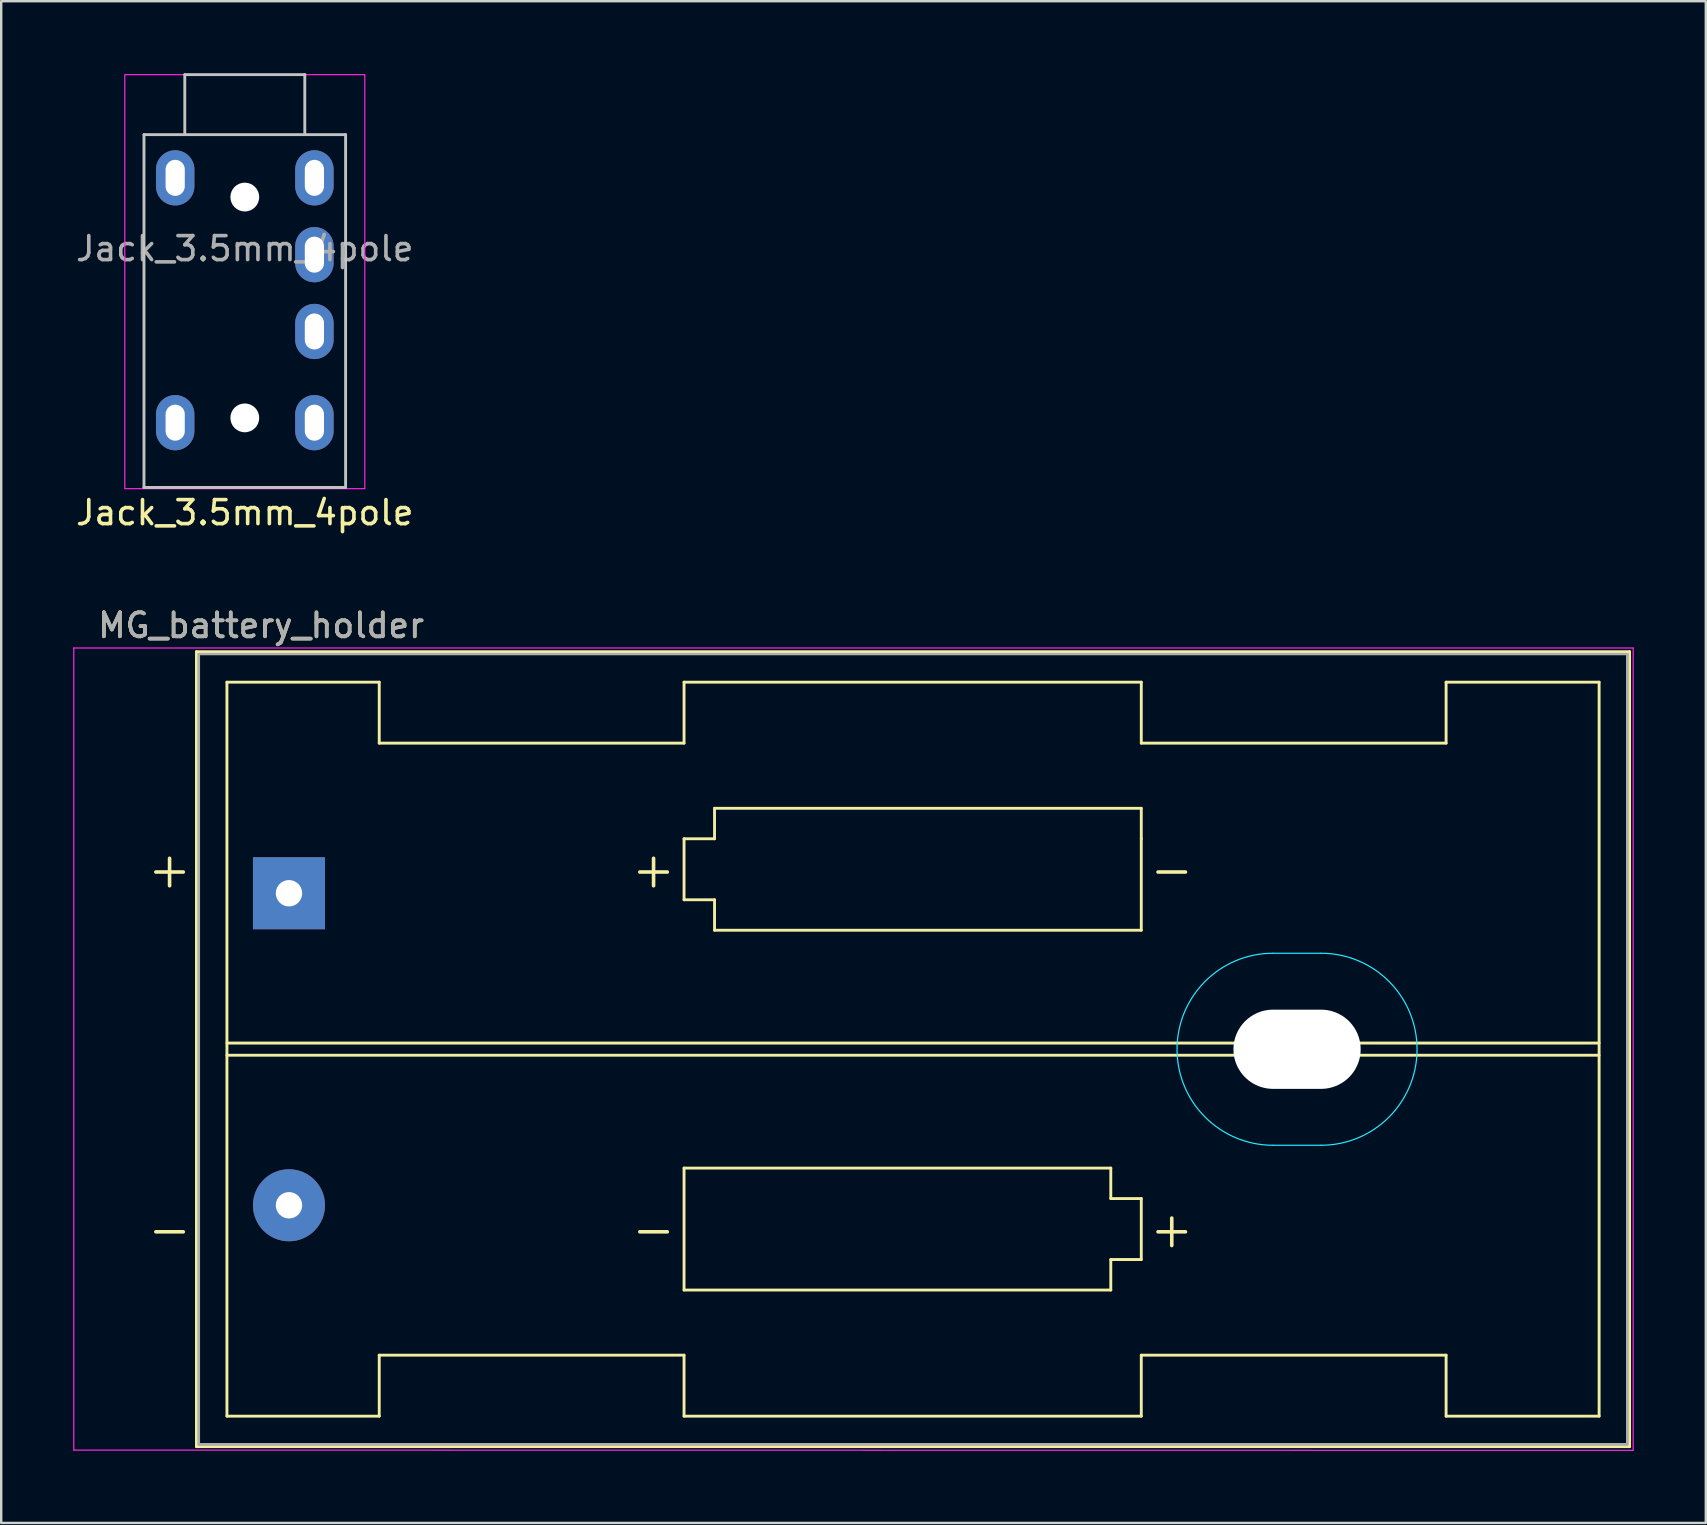
<source format=kicad_pcb>
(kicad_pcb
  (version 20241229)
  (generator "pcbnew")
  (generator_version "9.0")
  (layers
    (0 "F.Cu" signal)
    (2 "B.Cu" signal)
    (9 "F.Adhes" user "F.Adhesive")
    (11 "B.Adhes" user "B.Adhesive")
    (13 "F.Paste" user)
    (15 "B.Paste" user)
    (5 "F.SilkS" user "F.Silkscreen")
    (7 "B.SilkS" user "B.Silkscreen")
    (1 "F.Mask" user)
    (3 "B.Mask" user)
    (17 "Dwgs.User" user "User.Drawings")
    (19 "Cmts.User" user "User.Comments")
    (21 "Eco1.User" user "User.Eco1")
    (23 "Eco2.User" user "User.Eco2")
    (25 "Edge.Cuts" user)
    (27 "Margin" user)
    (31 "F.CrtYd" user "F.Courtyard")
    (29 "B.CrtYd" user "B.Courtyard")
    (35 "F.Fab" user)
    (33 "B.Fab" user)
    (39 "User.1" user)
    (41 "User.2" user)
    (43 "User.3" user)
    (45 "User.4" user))
  (footprint "Jack_3.5mm_4pole"
    (layer "F.Cu")
    (at 7.149 2.56)
    (property "Reference" "Jack_3.5mm_4pole" (at 0 15.75 180) (layer "F.SilkS") (effects (font (size 1 1) (thickness 0.15))))
    (attr through_hole exclude_from_pos_files exclude_from_bom)
    (fp_line (start -4.2 0) (end -2.5 0) (stroke (width 0.12) (type solid)) (layer "Dwgs.User"))
    (fp_line (start -4.2 14.7) (end -4.2 0) (stroke (width 0.12) (type solid)) (layer "Dwgs.User"))
    (fp_line (start -2.5 -2.5) (end -2.5 -0.05) (stroke (width 0.12) (type solid)) (layer "Dwgs.User"))
    (fp_line (start -2.5 -2.5) (end 2.5 -2.5) (stroke (width 0.12) (type solid)) (layer "Dwgs.User"))
    (fp_line (start -2.5 0) (end 2.5 0) (stroke (width 0.12) (type solid)) (layer "Dwgs.User"))
    (fp_line (start 2.5 -0.05) (end 2.5 -2.5) (stroke (width 0.12) (type solid)) (layer "Dwgs.User"))
    (fp_line (start 2.5 0) (end 4.2 0) (stroke (width 0.12) (type solid)) (layer "Dwgs.User"))
    (fp_line (start 4.2 0) (end 4.2 14.7) (stroke (width 0.12) (type solid)) (layer "Dwgs.User"))
    (fp_line (start 4.2 14.7) (end -4.2 14.7) (stroke (width 0.12) (type solid)) (layer "Dwgs.User"))
    (fp_rect (start -5 -2.5) (end 5 14.75) (stroke (width 0.05) (type default)) (fill no) (layer "F.CrtYd"))
    (fp_text user "${REFERENCE}" (at 0 4.75 180) (layer "F.Fab") (effects (font (size 1 1) (thickness 0.15))))
    (pad "" np_thru_hole circle (at 0 2.6 180) (size 1.2 1.2) (drill 1.2) (layers "*.Cu" "*.Mask"))
    (pad "" np_thru_hole circle (at 0 11.8 180) (size 1.2 1.2) (drill 1.2) (layers "*.Cu" "*.Mask"))
    (pad "R1" thru_hole oval (at 2.9 8.2) (size 1.6 2.3) (drill oval 0.8 1.5) (layers "*.Cu" "*.Mask"))
    (pad "R2" thru_hole oval (at 2.9 5 180) (size 1.6 2.3) (drill oval 0.8 1.5) (layers "*.Cu" "*.Mask"))
    (pad "S" thru_hole oval (at -2.9 1.8) (size 1.6 2.3) (drill oval 0.8 1.5) (layers "*.Cu" "*.Mask"))
    (pad "S" thru_hole oval (at 2.9 1.8) (size 1.6 2.3) (drill oval 0.8 1.5) (layers "*.Cu" "*.Mask"))
    (pad "T" thru_hole oval (at -2.9 12) (size 1.6 2.3) (drill oval 0.8 1.5) (layers "*.Cu" "*.Mask"))
    (pad "T" thru_hole oval (at 2.9 12) (size 1.6 2.3) (drill oval 0.8 1.5) (layers "*.Cu" "*.Mask")))
  (footprint "MG_battery_holder"
    (layer "F.Cu")
    (at 34.99 40.666)
    (property "Reference" "MG_battery_holder" (at -27.165 -17.659 180) (layer "F.SilkS") (effects (font (size 1 1) (thickness 0.15))))
    (attr through_hole)
    (fp_line (start -29.855 -16.564) (end -29.855 16.556) (stroke (width 0.12) (type solid)) (layer "F.SilkS"))
    (fp_line (start -29.855 16.556) (end 29.855 16.556) (stroke (width 0.12) (type solid)) (layer "F.SilkS"))
    (fp_line (start -28.585 -15.294) (end -28.585 15.286) (stroke (width 0.12) (type solid)) (layer "F.SilkS"))
    (fp_line (start -28.585 -0.258) (end 28.585 -0.258) (stroke (width 0.12) (type solid)) (layer "F.SilkS"))
    (fp_line (start -28.585 15.286) (end -22.24 15.286) (stroke (width 0.12) (type solid)) (layer "F.SilkS"))
    (fp_line (start -22.24 -15.294) (end -28.585 -15.294) (stroke (width 0.12) (type solid)) (layer "F.SilkS"))
    (fp_line (start -22.24 -12.754) (end -22.24 -15.294) (stroke (width 0.12) (type solid)) (layer "F.SilkS"))
    (fp_line (start -22.24 -12.754) (end -9.54 -12.754) (stroke (width 0.12) (type solid)) (layer "F.SilkS"))
    (fp_line (start -22.24 12.746) (end -9.54 12.746) (stroke (width 0.12) (type solid)) (layer "F.SilkS"))
    (fp_line (start -22.24 15.286) (end -22.24 12.746) (stroke (width 0.12) (type solid)) (layer "F.SilkS"))
    (fp_line (start -9.54 -15.294) (end -9.54 -12.754) (stroke (width 0.12) (type solid)) (layer "F.SilkS"))
    (fp_line (start -9.54 -8.769) (end -8.27 -8.769) (stroke (width 0.12) (type solid)) (layer "F.SilkS"))
    (fp_line (start -9.54 -6.229) (end -9.54 -8.769) (stroke (width 0.12) (type solid)) (layer "F.SilkS"))
    (fp_line (start -9.54 4.951) (end 8.24 4.951) (stroke (width 0.12) (type solid)) (layer "F.SilkS"))
    (fp_line (start -9.54 10.031) (end -9.54 4.951) (stroke (width 0.12) (type solid)) (layer "F.SilkS"))
    (fp_line (start -9.54 12.746) (end -9.54 15.286) (stroke (width 0.12) (type solid)) (layer "F.SilkS"))
    (fp_line (start -9.54 15.286) (end 9.51 15.286) (stroke (width 0.12) (type solid)) (layer "F.SilkS"))
    (fp_line (start -8.27 -10.039) (end 9.51 -10.039) (stroke (width 0.12) (type solid)) (layer "F.SilkS"))
    (fp_line (start -8.27 -8.769) (end -8.27 -10.039) (stroke (width 0.12) (type solid)) (layer "F.SilkS"))
    (fp_line (start -8.27 -6.229) (end -9.54 -6.229) (stroke (width 0.12) (type solid)) (layer "F.SilkS"))
    (fp_line (start -8.27 -4.959) (end -8.27 -6.229) (stroke (width 0.12) (type solid)) (layer "F.SilkS"))
    (fp_line (start 8.24 4.951) (end 8.24 6.221) (stroke (width 0.12) (type solid)) (layer "F.SilkS"))
    (fp_line (start 8.24 6.221) (end 9.51 6.221) (stroke (width 0.12) (type solid)) (layer "F.SilkS"))
    (fp_line (start 8.24 8.761) (end 8.24 10.031) (stroke (width 0.12) (type solid)) (layer "F.SilkS"))
    (fp_line (start 8.24 10.031) (end -9.54 10.031) (stroke (width 0.12) (type solid)) (layer "F.SilkS"))
    (fp_line (start 9.51 -15.294) (end -9.54 -15.294) (stroke (width 0.12) (type solid)) (layer "F.SilkS"))
    (fp_line (start 9.51 -12.754) (end 9.51 -15.294) (stroke (width 0.12) (type solid)) (layer "F.SilkS"))
    (fp_line (start 9.51 -10.039) (end 9.51 -8.769) (stroke (width 0.12) (type solid)) (layer "F.SilkS"))
    (fp_line (start 9.51 -8.769) (end 9.51 -4.959) (stroke (width 0.12) (type solid)) (layer "F.SilkS"))
    (fp_line (start 9.51 -4.959) (end -8.27 -4.959) (stroke (width 0.12) (type solid)) (layer "F.SilkS"))
    (fp_line (start 9.51 6.221) (end 9.51 8.761) (stroke (width 0.12) (type solid)) (layer "F.SilkS"))
    (fp_line (start 9.51 8.761) (end 8.24 8.761) (stroke (width 0.12) (type solid)) (layer "F.SilkS"))
    (fp_line (start 9.51 15.286) (end 9.51 12.746) (stroke (width 0.12) (type solid)) (layer "F.SilkS"))
    (fp_line (start 22.21 -15.294) (end 22.21 -12.754) (stroke (width 0.12) (type solid)) (layer "F.SilkS"))
    (fp_line (start 22.21 -12.754) (end 9.51 -12.754) (stroke (width 0.12) (type solid)) (layer "F.SilkS"))
    (fp_line (start 22.21 12.746) (end 9.51 12.746) (stroke (width 0.12) (type solid)) (layer "F.SilkS"))
    (fp_line (start 22.21 15.286) (end 22.21 12.746) (stroke (width 0.12) (type solid)) (layer "F.SilkS"))
    (fp_line (start 28.585 -15.294) (end 22.21 -15.294) (stroke (width 0.12) (type solid)) (layer "F.SilkS"))
    (fp_line (start 28.585 -15.294) (end 28.585 15.286) (stroke (width 0.12) (type solid)) (layer "F.SilkS"))
    (fp_line (start 28.585 0.25) (end -28.585 0.25) (stroke (width 0.12) (type solid)) (layer "F.SilkS"))
    (fp_line (start 28.585 15.286) (end 22.21 15.286) (stroke (width 0.12) (type solid)) (layer "F.SilkS"))
    (fp_line (start 29.855 -16.564) (end -29.855 -16.564) (stroke (width 0.12) (type solid)) (layer "F.SilkS"))
    (fp_line (start 29.855 16.556) (end 29.855 -16.564) (stroke (width 0.12) (type solid)) (layer "F.SilkS"))
    (fp_line (start 15 -4) (end 17 -4) (stroke (width 0.05) (type default)) (layer "B.CrtYd"))
    (fp_line (start 15 4) (end 17 4) (stroke (width 0.05) (type default)) (layer "B.CrtYd"))
    (fp_arc (start 15 4) (mid 11 0) (end 15 -4) (stroke (width 0.05) (type default)) (layer "B.CrtYd"))
    (fp_arc (start 17 -4) (mid 21 0) (end 17 4) (stroke (width 0.05) (type default)) (layer "B.CrtYd"))
    (fp_line (start -34.965 -16.719) (end -34.965 16.701) (stroke (width 0.05) (type solid)) (layer "F.CrtYd"))
    (fp_line (start -34.965 16.701) (end 30.005 16.711) (stroke (width 0.05) (type solid)) (layer "F.CrtYd"))
    (fp_line (start 30.005 -16.719) (end -34.965 -16.719) (stroke (width 0.05) (type solid)) (layer "F.CrtYd"))
    (fp_line (start 30.005 16.711) (end 30.005 -16.719) (stroke (width 0.05) (type solid)) (layer "F.CrtYd"))
    (fp_line (start -29.755 -16.464) (end 29.755 -16.464) (stroke (width 0.1) (type solid)) (layer "F.Fab"))
    (fp_line (start -29.755 16.456) (end -29.755 -16.464) (stroke (width 0.1) (type solid)) (layer "F.Fab"))
    (fp_line (start -29.755 16.456) (end 29.755 16.456) (stroke (width 0.1) (type solid)) (layer "F.Fab"))
    (fp_line (start 29.755 16.456) (end 29.755 -16.464) (stroke (width 0.1) (type solid)) (layer "F.Fab"))
    (fp_text user "-" (at -30.975 7.491 0) (layer "F.SilkS") (effects (font (size 1.5 1.5) (thickness 0.15))))
    (fp_text user "+" (at 10.78 7.491 0) (layer "F.SilkS") (effects (font (size 1.5 1.5) (thickness 0.15))))
    (fp_text user "+" (at -10.81 -7.499 0) (layer "F.SilkS") (effects (font (size 1.5 1.5) (thickness 0.15))))
    (fp_text user "-" (at -10.81 7.491 0) (layer "F.SilkS") (effects (font (size 1.5 1.5) (thickness 0.15))))
    (fp_text user "+" (at -30.975 -7.499 0) (layer "F.SilkS") (effects (font (size 1.5 1.5) (thickness 0.15))))
    (fp_text user "-" (at 10.78 -7.499 0) (layer "F.SilkS") (effects (font (size 1.5 1.5) (thickness 0.15))))
    (fp_text user "${REFERENCE}" (at -27.165 -17.659 0) (layer "F.Fab") (effects (font (size 1 1) (thickness 0.15))))
    (pad "" np_thru_hole oval (at 16 0) (size 5.3 3.3) (drill oval 5.3 3.3) (layers "*.Cu" "*.Mask"))
    (pad "1" thru_hole rect (at -26 -6.5) (size 3 3) (drill 1.1) (layers "*.Cu" "*.Mask"))
    (pad "2" thru_hole circle (at -26 6.5) (size 3 3) (drill 1.1) (layers "*.Cu" "*.Mask")))
  (gr_rect
    (start -3 -3)
    (end 68.02 60.401)
    (stroke (width 0.1) (type default))
    (fill no)
    (layer "Edge.Cuts")))
</source>
